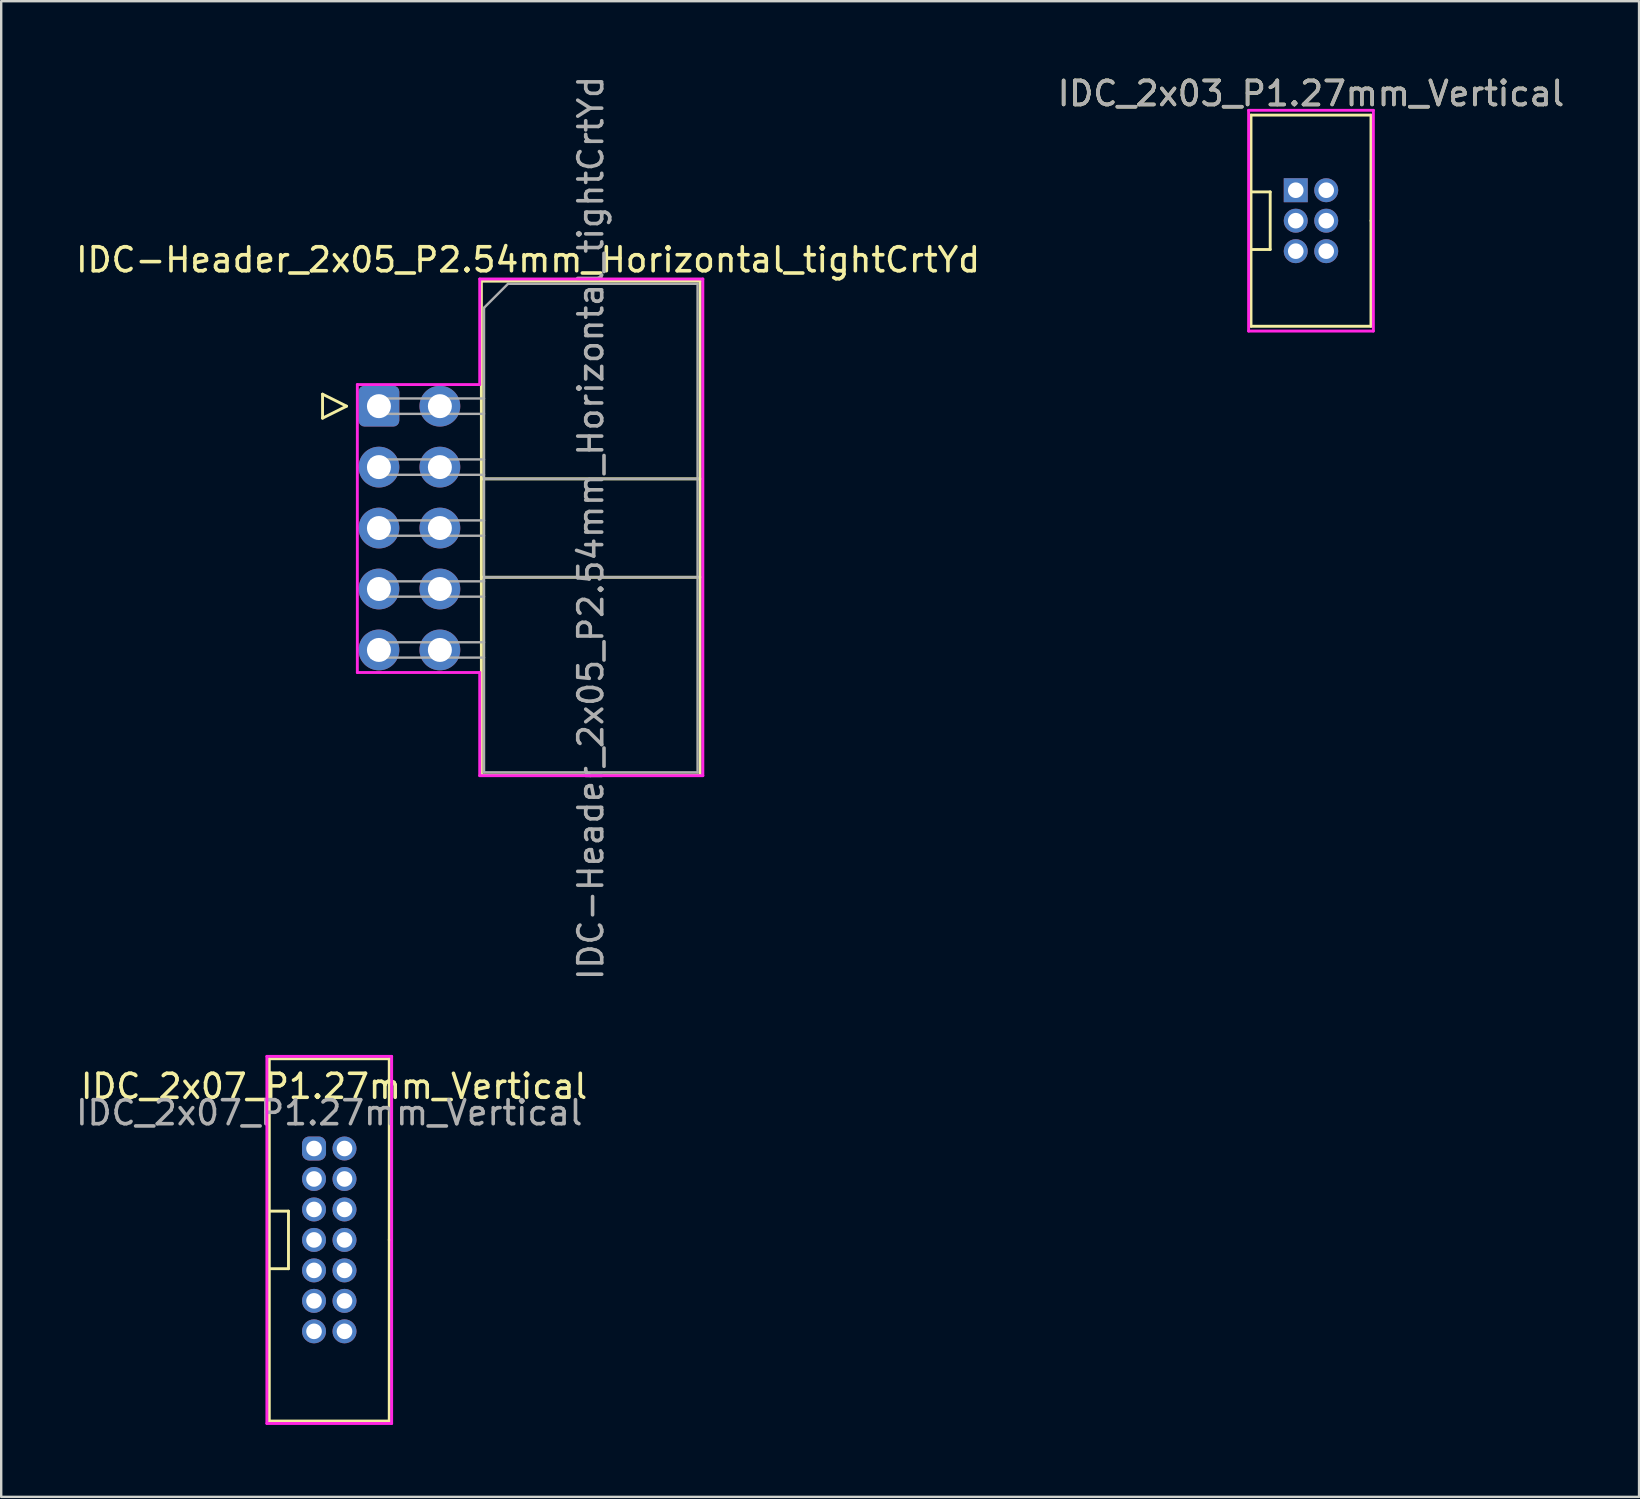
<source format=kicad_pcb>
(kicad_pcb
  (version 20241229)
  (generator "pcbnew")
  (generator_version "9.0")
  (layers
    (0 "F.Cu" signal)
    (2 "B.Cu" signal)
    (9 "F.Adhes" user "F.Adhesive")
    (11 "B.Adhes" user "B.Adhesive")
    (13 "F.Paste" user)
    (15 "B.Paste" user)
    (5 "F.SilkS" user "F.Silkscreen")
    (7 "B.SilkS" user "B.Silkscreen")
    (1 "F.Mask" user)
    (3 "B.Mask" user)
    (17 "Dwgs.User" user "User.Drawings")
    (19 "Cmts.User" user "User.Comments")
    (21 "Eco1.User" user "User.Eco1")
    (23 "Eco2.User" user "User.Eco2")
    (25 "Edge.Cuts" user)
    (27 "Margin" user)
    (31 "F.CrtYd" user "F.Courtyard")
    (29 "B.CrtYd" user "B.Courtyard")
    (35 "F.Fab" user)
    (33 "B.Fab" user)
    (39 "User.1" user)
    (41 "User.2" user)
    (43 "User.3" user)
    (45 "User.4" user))
  (footprint "IDC_2x07_P1.27mm_Vertical"
    (layer "F.Cu")
    (at 10.673 48.627)
    (property "Reference" "IDC_2x07_P1.27mm_Vertical" (at 0.2 -6.4 0) (layer "F.SilkS") (effects (font (size 1 1) (thickness 0.15))))
    (attr through_hole)
    (fp_line (start -2.5 -7.55) (end -2.5 7.55) (stroke (width 0.12) (type solid)) (layer "F.SilkS"))
    (fp_line (start -2.5 -1.2) (end -1.7 -1.2) (stroke (width 0.12) (type solid)) (layer "F.SilkS"))
    (fp_line (start -2.5 7.55) (end 2.5 7.55) (stroke (width 0.12) (type solid)) (layer "F.SilkS"))
    (fp_line (start -1.7 -1.2) (end -1.7 1.2) (stroke (width 0.12) (type solid)) (layer "F.SilkS"))
    (fp_line (start -1.7 1.2) (end -2.5 1.2) (stroke (width 0.12) (type solid)) (layer "F.SilkS"))
    (fp_line (start 2.5 -7.55) (end -2.5 -7.55) (stroke (width 0.12) (type solid)) (layer "F.SilkS"))
    (fp_line (start 2.5 0) (end 2.5 -7.55) (stroke (width 0.12) (type solid)) (layer "F.SilkS"))
    (fp_line (start 2.5 7.55) (end 2.5 0) (stroke (width 0.12) (type solid)) (layer "F.SilkS"))
    (fp_line (start -2.6 -7.65) (end 2.6 -7.65) (stroke (width 0.12) (type solid)) (layer "F.CrtYd"))
    (fp_line (start -2.6 7.65) (end -2.6 -7.65) (stroke (width 0.12) (type solid)) (layer "F.CrtYd"))
    (fp_line (start 2.6 -7.65) (end 2.6 7.65) (stroke (width 0.12) (type solid)) (layer "F.CrtYd"))
    (fp_line (start 2.6 7.65) (end -2.6 7.65) (stroke (width 0.12) (type solid)) (layer "F.CrtYd"))
    (fp_text user "${REFERENCE}" (at 0 -5.3 180) (layer "F.Fab") (effects (font (size 1 1) (thickness 0.15))))
    (pad "1" thru_hole roundrect (at -0.635 -3.81) (size 1 1) (drill 0.65) (layers "*.Cu" "*.Mask") (roundrect_rratio 0.3))
    (pad "2" thru_hole oval (at 0.635 -3.81) (size 1 1) (drill 0.65) (layers "*.Cu" "*.Mask"))
    (pad "3" thru_hole oval (at -0.635 -2.54) (size 1 1) (drill 0.65) (layers "*.Cu" "*.Mask"))
    (pad "4" thru_hole oval (at 0.635 -2.54) (size 1 1) (drill 0.65) (layers "*.Cu" "*.Mask"))
    (pad "5" thru_hole oval (at -0.635 -1.27) (size 1 1) (drill 0.65) (layers "*.Cu" "*.Mask"))
    (pad "6" thru_hole oval (at 0.635 -1.27) (size 1 1) (drill 0.65) (layers "*.Cu" "*.Mask"))
    (pad "7" thru_hole oval (at -0.635 0) (size 1 1) (drill 0.65) (layers "*.Cu" "*.Mask"))
    (pad "8" thru_hole oval (at 0.635 0) (size 1 1) (drill 0.65) (layers "*.Cu" "*.Mask"))
    (pad "9" thru_hole oval (at -0.635 1.27) (size 1 1) (drill 0.65) (layers "*.Cu" "*.Mask"))
    (pad "10" thru_hole oval (at 0.635 1.27) (size 1 1) (drill 0.65) (layers "*.Cu" "*.Mask"))
    (pad "11" thru_hole oval (at -0.635 2.54) (size 1 1) (drill 0.65) (layers "*.Cu" "*.Mask"))
    (pad "12" thru_hole oval (at 0.635 2.54) (size 1 1) (drill 0.65) (layers "*.Cu" "*.Mask"))
    (pad "13" thru_hole oval (at -0.635 3.81) (size 1 1) (drill 0.65) (layers "*.Cu" "*.Mask"))
    (pad "14" thru_hole oval (at 0.635 3.81) (size 1 1) (drill 0.65) (layers "*.Cu" "*.Mask")))
  (footprint "IDC-Header_2x05_P2.54mm_Horizontal_tightCrtYd"
    (layer "F.Cu")
    (at 12.743 13.878)
    (property "Reference" "IDC-Header_2x05_P2.54mm_Horizontal_tightCrtYd" (at 6.215 -6.1 0) (layer "F.SilkS") (effects (font (size 1 1) (thickness 0.15))))
    (attr through_hole)
    (fp_line (start -2.35 -0.5) (end -2.35 0.5) (stroke (width 0.12) (type solid)) (layer "F.SilkS"))
    (fp_line (start -2.35 0.5) (end -1.35 0) (stroke (width 0.12) (type solid)) (layer "F.SilkS"))
    (fp_line (start -1.35 0) (end -2.35 -0.5) (stroke (width 0.12) (type solid)) (layer "F.SilkS"))
    (fp_line (start 4.27 -5.21) (end 13.39 -5.21) (stroke (width 0.12) (type solid)) (layer "F.SilkS"))
    (fp_line (start 4.27 3.03) (end 13.39 3.03) (stroke (width 0.12) (type solid)) (layer "F.SilkS"))
    (fp_line (start 4.27 7.13) (end 13.39 7.13) (stroke (width 0.12) (type solid)) (layer "F.SilkS"))
    (fp_line (start 4.27 15.37) (end 4.27 -5.21) (stroke (width 0.12) (type solid)) (layer "F.SilkS"))
    (fp_line (start 13.39 -5.21) (end 13.39 15.37) (stroke (width 0.12) (type solid)) (layer "F.SilkS"))
    (fp_line (start 13.39 15.37) (end 4.27 15.37) (stroke (width 0.12) (type solid)) (layer "F.SilkS"))
    (fp_line (start -0.9 -0.9) (end 4.2 -0.9) (stroke (width 0.12) (type solid)) (layer "F.CrtYd"))
    (fp_line (start -0.9 11.1) (end -0.9 -0.9) (stroke (width 0.12) (type solid)) (layer "F.CrtYd"))
    (fp_line (start 4.2 -5.3) (end 13.5 -5.3) (stroke (width 0.12) (type solid)) (layer "F.CrtYd"))
    (fp_line (start 4.2 -0.9) (end 4.2 -5.3) (stroke (width 0.12) (type solid)) (layer "F.CrtYd"))
    (fp_line (start 4.2 11.1) (end -0.9 11.1) (stroke (width 0.12) (type solid)) (layer "F.CrtYd"))
    (fp_line (start 4.2 15.4) (end 4.2 11.1) (stroke (width 0.12) (type solid)) (layer "F.CrtYd"))
    (fp_line (start 13.5 -5.3) (end 13.5 15.4) (stroke (width 0.12) (type solid)) (layer "F.CrtYd"))
    (fp_line (start 13.5 15.4) (end 4.2 15.4) (stroke (width 0.12) (type solid)) (layer "F.CrtYd"))
    (fp_line (start -0.32 -0.32) (end -0.32 0.32) (stroke (width 0.1) (type solid)) (layer "F.Fab"))
    (fp_line (start -0.32 0.32) (end 4.38 0.32) (stroke (width 0.1) (type solid)) (layer "F.Fab"))
    (fp_line (start -0.32 2.22) (end -0.32 2.86) (stroke (width 0.1) (type solid)) (layer "F.Fab"))
    (fp_line (start -0.32 2.86) (end 4.38 2.86) (stroke (width 0.1) (type solid)) (layer "F.Fab"))
    (fp_line (start -0.32 4.76) (end -0.32 5.4) (stroke (width 0.1) (type solid)) (layer "F.Fab"))
    (fp_line (start -0.32 5.4) (end 4.38 5.4) (stroke (width 0.1) (type solid)) (layer "F.Fab"))
    (fp_line (start -0.32 7.3) (end -0.32 7.94) (stroke (width 0.1) (type solid)) (layer "F.Fab"))
    (fp_line (start -0.32 7.94) (end 4.38 7.94) (stroke (width 0.1) (type solid)) (layer "F.Fab"))
    (fp_line (start -0.32 9.84) (end -0.32 10.48) (stroke (width 0.1) (type solid)) (layer "F.Fab"))
    (fp_line (start -0.32 10.48) (end 4.38 10.48) (stroke (width 0.1) (type solid)) (layer "F.Fab"))
    (fp_line (start 4.38 -4.1) (end 5.38 -5.1) (stroke (width 0.1) (type solid)) (layer "F.Fab"))
    (fp_line (start 4.38 -0.32) (end -0.32 -0.32) (stroke (width 0.1) (type solid)) (layer "F.Fab"))
    (fp_line (start 4.38 2.22) (end -0.32 2.22) (stroke (width 0.1) (type solid)) (layer "F.Fab"))
    (fp_line (start 4.38 3.03) (end 13.28 3.03) (stroke (width 0.1) (type solid)) (layer "F.Fab"))
    (fp_line (start 4.38 4.76) (end -0.32 4.76) (stroke (width 0.1) (type solid)) (layer "F.Fab"))
    (fp_line (start 4.38 7.13) (end 13.28 7.13) (stroke (width 0.1) (type solid)) (layer "F.Fab"))
    (fp_line (start 4.38 7.3) (end -0.32 7.3) (stroke (width 0.1) (type solid)) (layer "F.Fab"))
    (fp_line (start 4.38 9.84) (end -0.32 9.84) (stroke (width 0.1) (type solid)) (layer "F.Fab"))
    (fp_line (start 4.38 15.26) (end 4.38 -4.1) (stroke (width 0.1) (type solid)) (layer "F.Fab"))
    (fp_line (start 5.38 -5.1) (end 13.28 -5.1) (stroke (width 0.1) (type solid)) (layer "F.Fab"))
    (fp_line (start 13.28 -5.1) (end 13.28 15.26) (stroke (width 0.1) (type solid)) (layer "F.Fab"))
    (fp_line (start 13.28 15.26) (end 4.38 15.26) (stroke (width 0.1) (type solid)) (layer "F.Fab"))
    (fp_text user "${REFERENCE}" (at 8.83 5.08 90) (layer "F.Fab") (effects (font (size 1 1) (thickness 0.15))))
    (pad "1" thru_hole roundrect (at 0 0) (size 1.7 1.7) (drill 1) (layers "*.Cu" "*.Mask") (roundrect_rratio 0.147))
    (pad "2" thru_hole circle (at 2.54 0) (size 1.7 1.7) (drill 1) (layers "*.Cu" "*.Mask"))
    (pad "3" thru_hole circle (at 0 2.54) (size 1.7 1.7) (drill 1) (layers "*.Cu" "*.Mask"))
    (pad "4" thru_hole circle (at 2.54 2.54) (size 1.7 1.7) (drill 1) (layers "*.Cu" "*.Mask"))
    (pad "5" thru_hole circle (at 0 5.08) (size 1.7 1.7) (drill 1) (layers "*.Cu" "*.Mask"))
    (pad "6" thru_hole circle (at 2.54 5.08) (size 1.7 1.7) (drill 1) (layers "*.Cu" "*.Mask"))
    (pad "7" thru_hole circle (at 0 7.62) (size 1.7 1.7) (drill 1) (layers "*.Cu" "*.Mask"))
    (pad "8" thru_hole circle (at 2.54 7.62) (size 1.7 1.7) (drill 1) (layers "*.Cu" "*.Mask"))
    (pad "9" thru_hole circle (at 0 10.16) (size 1.7 1.7) (drill 1) (layers "*.Cu" "*.Mask"))
    (pad "10" thru_hole circle (at 2.54 10.16) (size 1.7 1.7) (drill 1) (layers "*.Cu" "*.Mask")))
  (footprint "IDC_2x03_P1.27mm_Vertical"
    (layer "F.Cu")
    (at 51.589 6.148)
    (property "Reference" "IDC_2x03_P1.27mm_Vertical" (at 0 -5.3 0) (layer "F.SilkS") (effects (font (size 1 1) (thickness 0.15))))
    (attr through_hole)
    (fp_line (start -2.5 -4.4) (end -2.5 4.4) (stroke (width 0.12) (type solid)) (layer "F.SilkS"))
    (fp_line (start -2.5 -1.2) (end -1.7 -1.2) (stroke (width 0.12) (type solid)) (layer "F.SilkS"))
    (fp_line (start -2.5 4.4) (end 2.5 4.4) (stroke (width 0.12) (type solid)) (layer "F.SilkS"))
    (fp_line (start -1.7 -1.2) (end -1.7 1.2) (stroke (width 0.12) (type solid)) (layer "F.SilkS"))
    (fp_line (start -1.7 1.2) (end -2.5 1.2) (stroke (width 0.12) (type solid)) (layer "F.SilkS"))
    (fp_line (start 2.5 -4.4) (end -2.5 -4.4) (stroke (width 0.12) (type solid)) (layer "F.SilkS"))
    (fp_line (start 2.5 0) (end 2.5 -4.4) (stroke (width 0.12) (type solid)) (layer "F.SilkS"))
    (fp_line (start 2.5 4.4) (end 2.5 0) (stroke (width 0.12) (type solid)) (layer "F.SilkS"))
    (fp_line (start -2.6 -4.6) (end 2.6 -4.6) (stroke (width 0.12) (type solid)) (layer "F.CrtYd"))
    (fp_line (start -2.6 4.6) (end -2.6 -4.6) (stroke (width 0.12) (type solid)) (layer "F.CrtYd"))
    (fp_line (start 2.6 -4.6) (end 2.6 4.6) (stroke (width 0.12) (type solid)) (layer "F.CrtYd"))
    (fp_line (start 2.6 4.6) (end -2.6 4.6) (stroke (width 0.12) (type solid)) (layer "F.CrtYd"))
    (fp_text user "${REFERENCE}" (at 0 -5.3 180) (layer "F.Fab") (effects (font (size 1 1) (thickness 0.15))))
    (pad "1" thru_hole rect (at -0.635 -1.27) (size 1 1) (drill 0.65) (layers "*.Cu" "*.Mask"))
    (pad "2" thru_hole oval (at 0.635 -1.27) (size 1 1) (drill 0.65) (layers "*.Cu" "*.Mask"))
    (pad "3" thru_hole oval (at -0.635 0) (size 1 1) (drill 0.65) (layers "*.Cu" "*.Mask"))
    (pad "4" thru_hole oval (at 0.635 0) (size 1 1) (drill 0.65) (layers "*.Cu" "*.Mask"))
    (pad "5" thru_hole oval (at -0.635 1.27) (size 1 1) (drill 0.65) (layers "*.Cu" "*.Mask"))
    (pad "6" thru_hole oval (at 0.635 1.27) (size 1 1) (drill 0.65) (layers "*.Cu" "*.Mask")))
  (gr_rect
    (start -3 -3)
    (end 65.262 59.337)
    (stroke (width 0.1) (type default))
    (fill no)
    (layer "Edge.Cuts")))
</source>
